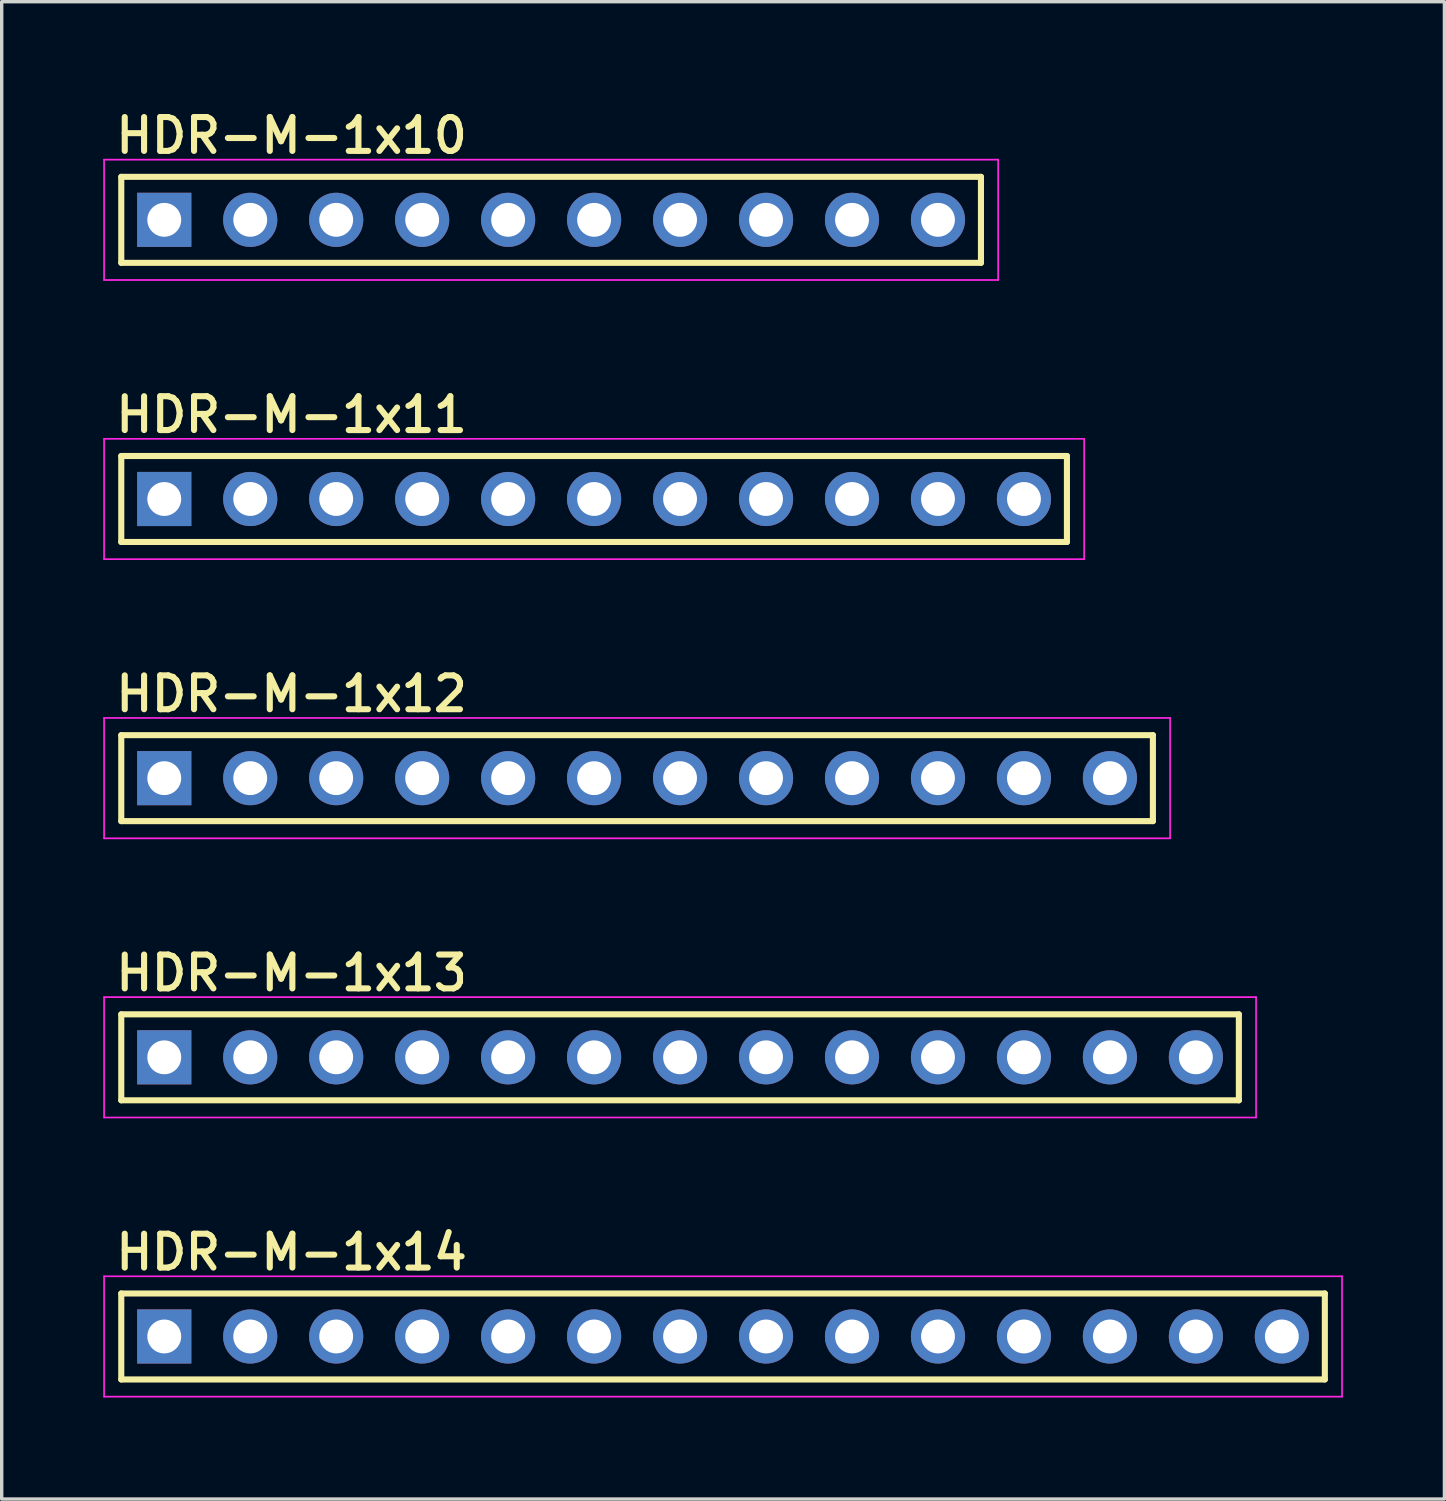
<source format=kicad_pcb>
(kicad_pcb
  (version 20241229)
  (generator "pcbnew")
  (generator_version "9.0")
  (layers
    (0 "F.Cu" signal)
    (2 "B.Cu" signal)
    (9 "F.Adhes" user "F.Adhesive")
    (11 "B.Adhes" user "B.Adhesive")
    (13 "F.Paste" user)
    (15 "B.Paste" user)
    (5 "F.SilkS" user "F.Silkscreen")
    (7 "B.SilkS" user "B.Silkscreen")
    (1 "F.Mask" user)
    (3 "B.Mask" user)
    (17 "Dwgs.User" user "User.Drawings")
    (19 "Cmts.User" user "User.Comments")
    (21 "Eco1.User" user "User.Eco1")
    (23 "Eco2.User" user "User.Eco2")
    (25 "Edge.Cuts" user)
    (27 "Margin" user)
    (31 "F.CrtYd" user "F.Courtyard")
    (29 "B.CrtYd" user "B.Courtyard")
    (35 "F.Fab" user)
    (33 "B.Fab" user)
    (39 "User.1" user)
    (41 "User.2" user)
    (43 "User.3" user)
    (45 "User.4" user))
  (footprint "HDR-M-1x13"
    (layer "F.Cu")
    (at 17.043 28.189)
    (property "Reference" "HDR-M-1x13" (at -16.764 -1.905 0) (layer "F.SilkS") (effects (font (size 1 1) (thickness 0.18)) (justify left bottom)))
    (attr through_hole)
    (fp_line (start -16.51 -1.27) (end 16.51 -1.27) (stroke (width 0.18) (type solid)) (layer "F.SilkS"))
    (fp_line (start -16.51 1.27) (end -16.51 -1.27) (stroke (width 0.18) (type solid)) (layer "F.SilkS"))
    (fp_line (start 16.51 -1.27) (end 16.51 1.27) (stroke (width 0.18) (type solid)) (layer "F.SilkS"))
    (fp_line (start 16.51 1.27) (end -16.51 1.27) (stroke (width 0.18) (type solid)) (layer "F.SilkS"))
    (fp_line (start -17.018 -1.778) (end 17.018 -1.778) (stroke (width 0.05) (type solid)) (layer "F.CrtYd"))
    (fp_line (start -17.018 1.778) (end -17.018 -1.778) (stroke (width 0.05) (type solid)) (layer "F.CrtYd"))
    (fp_line (start 17.018 -1.778) (end 17.018 1.778) (stroke (width 0.05) (type solid)) (layer "F.CrtYd"))
    (fp_line (start 17.018 1.778) (end -17.018 1.778) (stroke (width 0.05) (type solid)) (layer "F.CrtYd"))
    (pad "1" thru_hole rect (at -15.24 0) (size 1.6 1.6) (drill 1) (layers "*.Cu" "*.Mask"))
    (pad "2" thru_hole circle (at -12.7 0) (size 1.6 1.6) (drill 1) (layers "*.Cu" "*.Mask"))
    (pad "3" thru_hole circle (at -10.16 0) (size 1.6 1.6) (drill 1) (layers "*.Cu" "*.Mask"))
    (pad "4" thru_hole circle (at -7.62 0) (size 1.6 1.6) (drill 1) (layers "*.Cu" "*.Mask"))
    (pad "5" thru_hole circle (at -5.08 0) (size 1.6 1.6) (drill 1) (layers "*.Cu" "*.Mask"))
    (pad "6" thru_hole circle (at -2.54 0) (size 1.6 1.6) (drill 1) (layers "*.Cu" "*.Mask"))
    (pad "7" thru_hole circle (at 0 0) (size 1.6 1.6) (drill 1) (layers "*.Cu" "*.Mask"))
    (pad "8" thru_hole circle (at 2.54 0) (size 1.6 1.6) (drill 1) (layers "*.Cu" "*.Mask"))
    (pad "9" thru_hole circle (at 5.08 0) (size 1.6 1.6) (drill 1) (layers "*.Cu" "*.Mask"))
    (pad "10" thru_hole circle (at 7.62 0) (size 1.6 1.6) (drill 1) (layers "*.Cu" "*.Mask"))
    (pad "11" thru_hole circle (at 10.16 0) (size 1.6 1.6) (drill 1) (layers "*.Cu" "*.Mask"))
    (pad "12" thru_hole circle (at 12.7 0) (size 1.6 1.6) (drill 1) (layers "*.Cu" "*.Mask"))
    (pad "13" thru_hole circle (at 15.24 0) (size 1.6 1.6) (drill 1) (layers "*.Cu" "*.Mask")))
  (footprint "HDR-M-1x10"
    (layer "F.Cu")
    (at 13.233 3.445)
    (property "Reference" "HDR-M-1x10" (at -12.954 -1.905 0) (layer "F.SilkS") (effects (font (size 1 1) (thickness 0.18)) (justify left bottom)))
    (attr through_hole)
    (fp_line (start -12.7 -1.27) (end 12.7 -1.27) (stroke (width 0.18) (type solid)) (layer "F.SilkS"))
    (fp_line (start -12.7 1.27) (end -12.7 -1.27) (stroke (width 0.18) (type solid)) (layer "F.SilkS"))
    (fp_line (start 12.7 -1.27) (end 12.7 1.27) (stroke (width 0.18) (type solid)) (layer "F.SilkS"))
    (fp_line (start 12.7 1.27) (end -12.7 1.27) (stroke (width 0.18) (type solid)) (layer "F.SilkS"))
    (fp_line (start -13.208 -1.778) (end 13.208 -1.778) (stroke (width 0.05) (type solid)) (layer "F.CrtYd"))
    (fp_line (start -13.208 1.778) (end -13.208 -1.778) (stroke (width 0.05) (type solid)) (layer "F.CrtYd"))
    (fp_line (start 13.208 -1.778) (end 13.208 1.778) (stroke (width 0.05) (type solid)) (layer "F.CrtYd"))
    (fp_line (start 13.208 1.778) (end -13.208 1.778) (stroke (width 0.05) (type solid)) (layer "F.CrtYd"))
    (pad "1" thru_hole rect (at -11.43 0) (size 1.6 1.6) (drill 1) (layers "*.Cu" "*.Mask"))
    (pad "2" thru_hole circle (at -8.89 0) (size 1.6 1.6) (drill 1) (layers "*.Cu" "*.Mask"))
    (pad "3" thru_hole circle (at -6.35 0) (size 1.6 1.6) (drill 1) (layers "*.Cu" "*.Mask"))
    (pad "4" thru_hole circle (at -3.81 0) (size 1.6 1.6) (drill 1) (layers "*.Cu" "*.Mask"))
    (pad "5" thru_hole circle (at -1.27 0) (size 1.6 1.6) (drill 1) (layers "*.Cu" "*.Mask"))
    (pad "6" thru_hole circle (at 1.27 0) (size 1.6 1.6) (drill 1) (layers "*.Cu" "*.Mask"))
    (pad "7" thru_hole circle (at 3.81 0) (size 1.6 1.6) (drill 1) (layers "*.Cu" "*.Mask"))
    (pad "8" thru_hole circle (at 6.35 0) (size 1.6 1.6) (drill 1) (layers "*.Cu" "*.Mask"))
    (pad "9" thru_hole circle (at 8.89 0) (size 1.6 1.6) (drill 1) (layers "*.Cu" "*.Mask"))
    (pad "10" thru_hole circle (at 11.43 0) (size 1.6 1.6) (drill 1) (layers "*.Cu" "*.Mask")))
  (footprint "HDR-M-1x11"
    (layer "F.Cu")
    (at 14.503 11.693)
    (property "Reference" "HDR-M-1x11" (at -14.224 -1.905 0) (layer "F.SilkS") (effects (font (size 1 1) (thickness 0.18)) (justify left bottom)))
    (attr through_hole)
    (fp_line (start -13.97 -1.27) (end 13.97 -1.27) (stroke (width 0.18) (type solid)) (layer "F.SilkS"))
    (fp_line (start -13.97 1.27) (end -13.97 -1.27) (stroke (width 0.18) (type solid)) (layer "F.SilkS"))
    (fp_line (start 13.97 -1.27) (end 13.97 1.27) (stroke (width 0.18) (type solid)) (layer "F.SilkS"))
    (fp_line (start 13.97 1.27) (end -13.97 1.27) (stroke (width 0.18) (type solid)) (layer "F.SilkS"))
    (fp_line (start -14.478 -1.778) (end 14.478 -1.778) (stroke (width 0.05) (type solid)) (layer "F.CrtYd"))
    (fp_line (start -14.478 1.778) (end -14.478 -1.778) (stroke (width 0.05) (type solid)) (layer "F.CrtYd"))
    (fp_line (start 14.478 -1.778) (end 14.478 1.778) (stroke (width 0.05) (type solid)) (layer "F.CrtYd"))
    (fp_line (start 14.478 1.778) (end -14.478 1.778) (stroke (width 0.05) (type solid)) (layer "F.CrtYd"))
    (pad "1" thru_hole rect (at -12.7 0) (size 1.6 1.6) (drill 1) (layers "*.Cu" "*.Mask"))
    (pad "2" thru_hole circle (at -10.16 0) (size 1.6 1.6) (drill 1) (layers "*.Cu" "*.Mask"))
    (pad "3" thru_hole circle (at -7.62 0) (size 1.6 1.6) (drill 1) (layers "*.Cu" "*.Mask"))
    (pad "4" thru_hole circle (at -5.08 0) (size 1.6 1.6) (drill 1) (layers "*.Cu" "*.Mask"))
    (pad "5" thru_hole circle (at -2.54 0) (size 1.6 1.6) (drill 1) (layers "*.Cu" "*.Mask"))
    (pad "6" thru_hole circle (at 0 0) (size 1.6 1.6) (drill 1) (layers "*.Cu" "*.Mask"))
    (pad "7" thru_hole circle (at 2.54 0) (size 1.6 1.6) (drill 1) (layers "*.Cu" "*.Mask"))
    (pad "8" thru_hole circle (at 5.08 0) (size 1.6 1.6) (drill 1) (layers "*.Cu" "*.Mask"))
    (pad "9" thru_hole circle (at 7.62 0) (size 1.6 1.6) (drill 1) (layers "*.Cu" "*.Mask"))
    (pad "10" thru_hole circle (at 10.16 0) (size 1.6 1.6) (drill 1) (layers "*.Cu" "*.Mask"))
    (pad "11" thru_hole circle (at 12.7 0) (size 1.6 1.6) (drill 1) (layers "*.Cu" "*.Mask")))
  (footprint "HDR-M-1x14"
    (layer "F.Cu")
    (at 18.313 36.437)
    (property "Reference" "HDR-M-1x14" (at -18.034 -1.905 0) (layer "F.SilkS") (effects (font (size 1 1) (thickness 0.18)) (justify left bottom)))
    (attr through_hole)
    (fp_line (start -17.78 -1.27) (end 17.78 -1.27) (stroke (width 0.18) (type solid)) (layer "F.SilkS"))
    (fp_line (start -17.78 1.27) (end -17.78 -1.27) (stroke (width 0.18) (type solid)) (layer "F.SilkS"))
    (fp_line (start 17.78 -1.27) (end 17.78 1.27) (stroke (width 0.18) (type solid)) (layer "F.SilkS"))
    (fp_line (start 17.78 1.27) (end -17.78 1.27) (stroke (width 0.18) (type solid)) (layer "F.SilkS"))
    (fp_line (start -18.288 -1.778) (end 18.288 -1.778) (stroke (width 0.05) (type solid)) (layer "F.CrtYd"))
    (fp_line (start -18.288 1.778) (end -18.288 -1.778) (stroke (width 0.05) (type solid)) (layer "F.CrtYd"))
    (fp_line (start 18.288 -1.778) (end 18.288 1.778) (stroke (width 0.05) (type solid)) (layer "F.CrtYd"))
    (fp_line (start 18.288 1.778) (end -18.288 1.778) (stroke (width 0.05) (type solid)) (layer "F.CrtYd"))
    (pad "1" thru_hole rect (at -16.51 0) (size 1.6 1.6) (drill 1) (layers "*.Cu" "*.Mask"))
    (pad "2" thru_hole circle (at -13.97 0) (size 1.6 1.6) (drill 1) (layers "*.Cu" "*.Mask"))
    (pad "3" thru_hole circle (at -11.43 0) (size 1.6 1.6) (drill 1) (layers "*.Cu" "*.Mask"))
    (pad "4" thru_hole circle (at -8.89 0) (size 1.6 1.6) (drill 1) (layers "*.Cu" "*.Mask"))
    (pad "5" thru_hole circle (at -6.35 0) (size 1.6 1.6) (drill 1) (layers "*.Cu" "*.Mask"))
    (pad "6" thru_hole circle (at -3.81 0) (size 1.6 1.6) (drill 1) (layers "*.Cu" "*.Mask"))
    (pad "7" thru_hole circle (at -1.27 0) (size 1.6 1.6) (drill 1) (layers "*.Cu" "*.Mask"))
    (pad "8" thru_hole circle (at 1.27 0) (size 1.6 1.6) (drill 1) (layers "*.Cu" "*.Mask"))
    (pad "9" thru_hole circle (at 3.81 0) (size 1.6 1.6) (drill 1) (layers "*.Cu" "*.Mask"))
    (pad "10" thru_hole circle (at 6.35 0) (size 1.6 1.6) (drill 1) (layers "*.Cu" "*.Mask"))
    (pad "11" thru_hole circle (at 8.89 0) (size 1.6 1.6) (drill 1) (layers "*.Cu" "*.Mask"))
    (pad "12" thru_hole circle (at 11.43 0) (size 1.6 1.6) (drill 1) (layers "*.Cu" "*.Mask"))
    (pad "13" thru_hole circle (at 13.97 0) (size 1.6 1.6) (drill 1) (layers "*.Cu" "*.Mask"))
    (pad "14" thru_hole circle (at 16.51 0) (size 1.6 1.6) (drill 1) (layers "*.Cu" "*.Mask")))
  (footprint "HDR-M-1x12"
    (layer "F.Cu")
    (at 15.773 19.941)
    (property "Reference" "HDR-M-1x12" (at -15.494 -1.905 0) (layer "F.SilkS") (effects (font (size 1 1) (thickness 0.18)) (justify left bottom)))
    (attr through_hole)
    (fp_line (start -15.24 -1.27) (end 15.24 -1.27) (stroke (width 0.18) (type solid)) (layer "F.SilkS"))
    (fp_line (start -15.24 1.27) (end -15.24 -1.27) (stroke (width 0.18) (type solid)) (layer "F.SilkS"))
    (fp_line (start 15.24 -1.27) (end 15.24 1.27) (stroke (width 0.18) (type solid)) (layer "F.SilkS"))
    (fp_line (start 15.24 1.27) (end -15.24 1.27) (stroke (width 0.18) (type solid)) (layer "F.SilkS"))
    (fp_line (start -15.748 -1.778) (end 15.748 -1.778) (stroke (width 0.05) (type solid)) (layer "F.CrtYd"))
    (fp_line (start -15.748 1.778) (end -15.748 -1.778) (stroke (width 0.05) (type solid)) (layer "F.CrtYd"))
    (fp_line (start 15.748 -1.778) (end 15.748 1.778) (stroke (width 0.05) (type solid)) (layer "F.CrtYd"))
    (fp_line (start 15.748 1.778) (end -15.748 1.778) (stroke (width 0.05) (type solid)) (layer "F.CrtYd"))
    (pad "1" thru_hole rect (at -13.97 0) (size 1.6 1.6) (drill 1) (layers "*.Cu" "*.Mask"))
    (pad "2" thru_hole circle (at -11.43 0) (size 1.6 1.6) (drill 1) (layers "*.Cu" "*.Mask"))
    (pad "3" thru_hole circle (at -8.89 0) (size 1.6 1.6) (drill 1) (layers "*.Cu" "*.Mask"))
    (pad "4" thru_hole circle (at -6.35 0) (size 1.6 1.6) (drill 1) (layers "*.Cu" "*.Mask"))
    (pad "5" thru_hole circle (at -3.81 0) (size 1.6 1.6) (drill 1) (layers "*.Cu" "*.Mask"))
    (pad "6" thru_hole circle (at -1.27 0) (size 1.6 1.6) (drill 1) (layers "*.Cu" "*.Mask"))
    (pad "7" thru_hole circle (at 1.27 0) (size 1.6 1.6) (drill 1) (layers "*.Cu" "*.Mask"))
    (pad "8" thru_hole circle (at 3.81 0) (size 1.6 1.6) (drill 1) (layers "*.Cu" "*.Mask"))
    (pad "9" thru_hole circle (at 6.35 0) (size 1.6 1.6) (drill 1) (layers "*.Cu" "*.Mask"))
    (pad "10" thru_hole circle (at 8.89 0) (size 1.6 1.6) (drill 1) (layers "*.Cu" "*.Mask"))
    (pad "11" thru_hole circle (at 11.43 0) (size 1.6 1.6) (drill 1) (layers "*.Cu" "*.Mask"))
    (pad "12" thru_hole circle (at 13.97 0) (size 1.6 1.6) (drill 1) (layers "*.Cu" "*.Mask")))
  (gr_rect
    (start -3 -3)
    (end 39.626 41.24)
    (stroke (width 0.1) (type default))
    (fill no)
    (layer "Edge.Cuts")))
</source>
